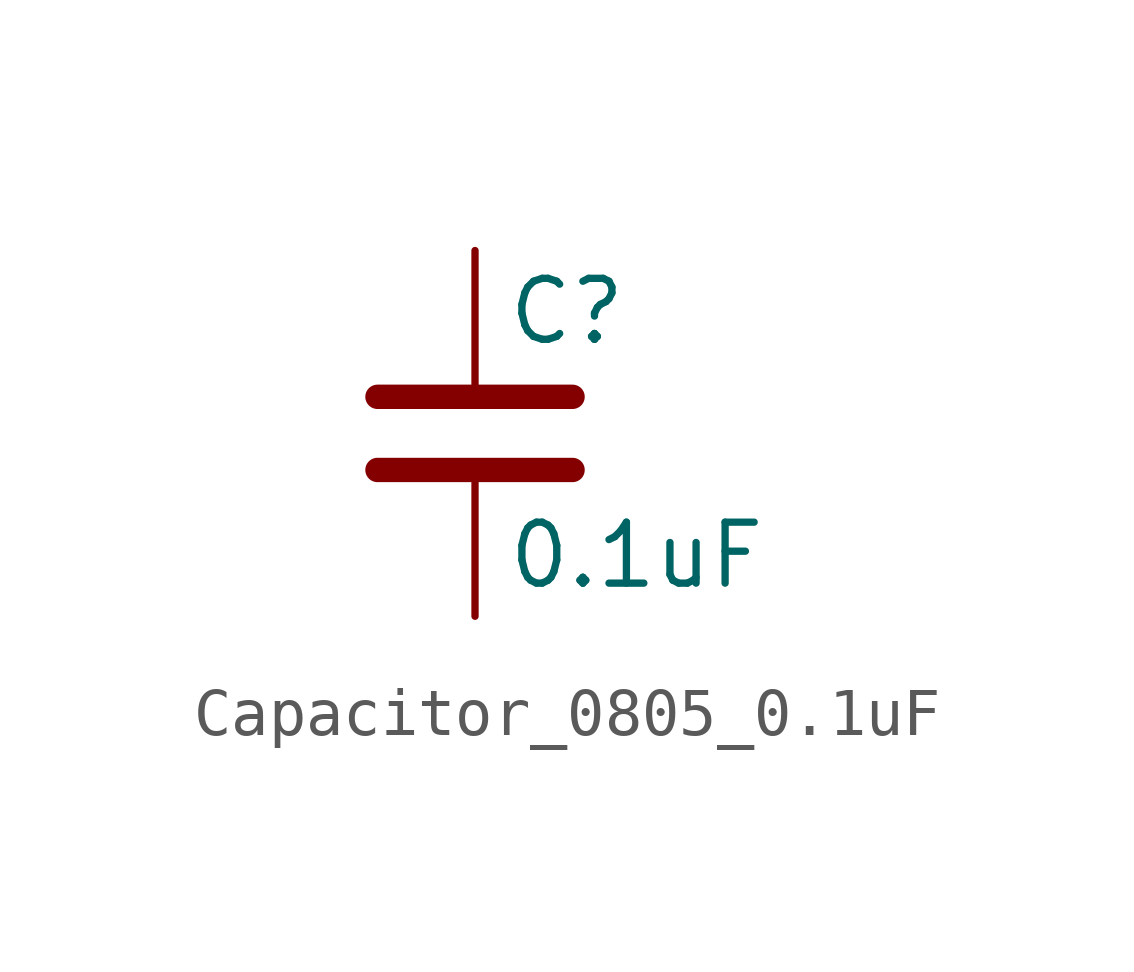
<source format=kicad_sym>
(kicad_symbol_lib
  (version 20220914)
  (generator kicad_symbol_editor)
  (symbol "Capacitor_0805_0.1uF"
    (pin_numbers hide)
    (pin_names
      (offset 0.254))
    (property "Reference" "C"
      (at 0.635 2.54 0)
      (effects (font (size 1.27 1.27)) (justify left)))
    (property "Value" "0.1uF"
      (at 0.635 -2.54 0)
      (effects (font (size 1.27 1.27)) (justify left)))
    (symbol "Capacitor_0805_0.1uF_0_1"
      (polyline (pts (xy -2.032 -0.762) (xy 2.032 -0.762)) (stroke (width 0.508) (type default)) (fill (type none)))
      (polyline (pts (xy -2.032 0.762) (xy 2.032 0.762)) (stroke (width 0.508) (type default)) (fill (type none))))
    (symbol "Capacitor_0805_0.1uF_1_1"
      (pin passive line (at 0 3.81 270) (length 2.794) (name "~" (effects (font (size 1.27 1.27)))) (number "1" (effects (font (size 1.27 1.27)))))
      (pin passive line (at 0 -3.81 90) (length 2.794) (name "~" (effects (font (size 1.27 1.27)))) (number "2" (effects (font (size 1.27 1.27))))))))
</source>
